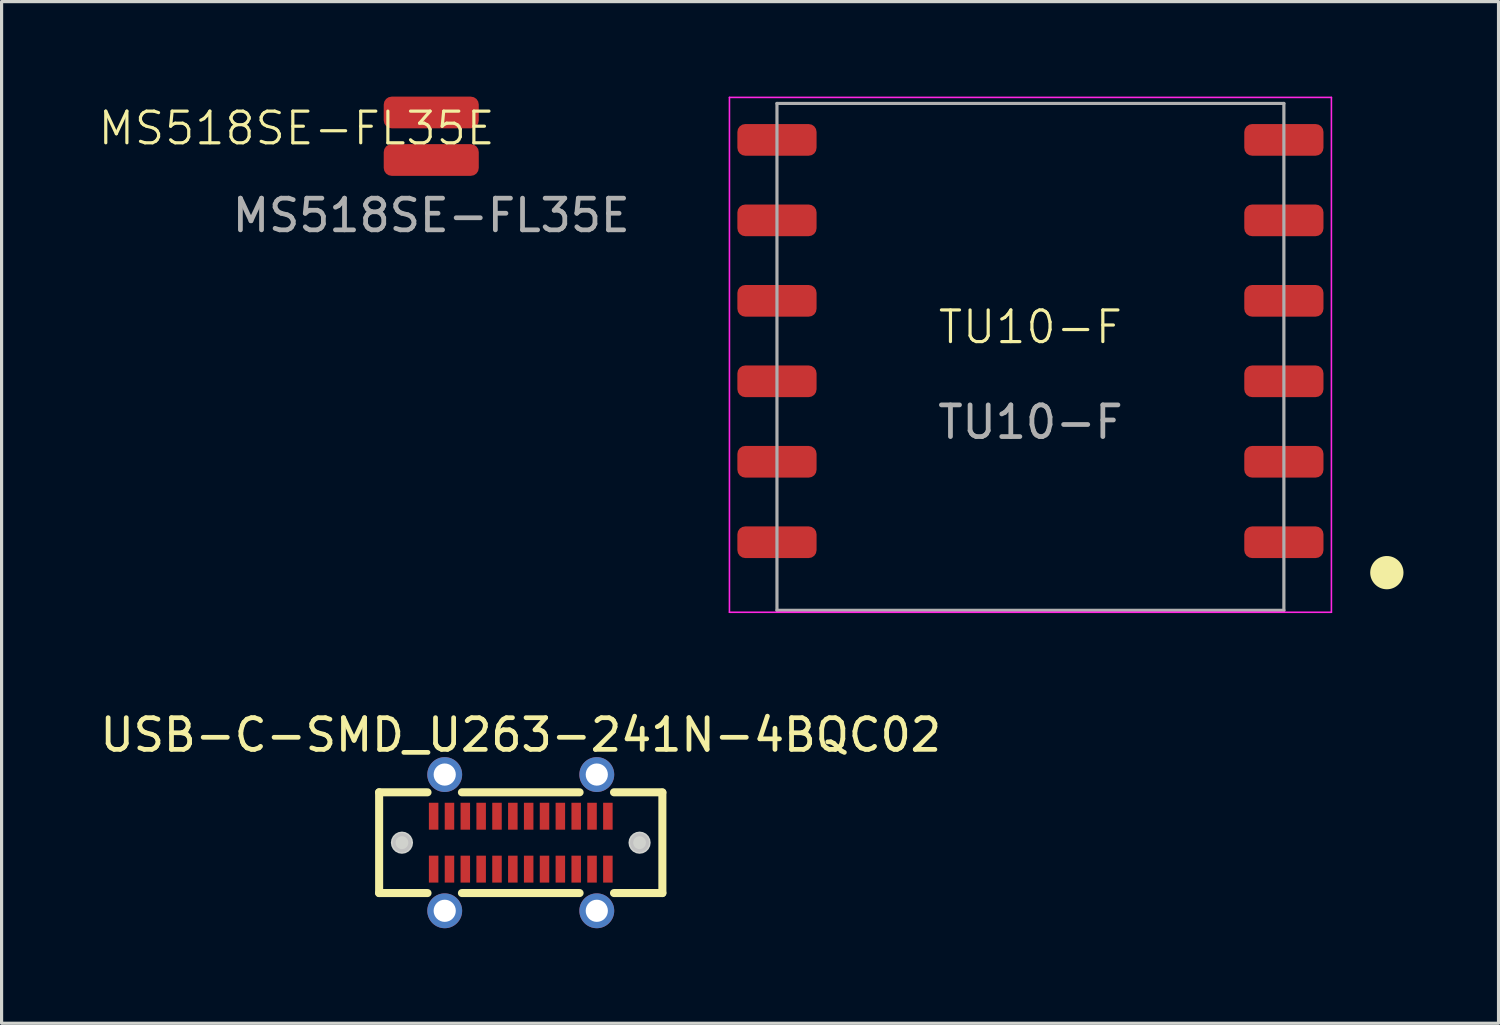
<source format=kicad_pcb>
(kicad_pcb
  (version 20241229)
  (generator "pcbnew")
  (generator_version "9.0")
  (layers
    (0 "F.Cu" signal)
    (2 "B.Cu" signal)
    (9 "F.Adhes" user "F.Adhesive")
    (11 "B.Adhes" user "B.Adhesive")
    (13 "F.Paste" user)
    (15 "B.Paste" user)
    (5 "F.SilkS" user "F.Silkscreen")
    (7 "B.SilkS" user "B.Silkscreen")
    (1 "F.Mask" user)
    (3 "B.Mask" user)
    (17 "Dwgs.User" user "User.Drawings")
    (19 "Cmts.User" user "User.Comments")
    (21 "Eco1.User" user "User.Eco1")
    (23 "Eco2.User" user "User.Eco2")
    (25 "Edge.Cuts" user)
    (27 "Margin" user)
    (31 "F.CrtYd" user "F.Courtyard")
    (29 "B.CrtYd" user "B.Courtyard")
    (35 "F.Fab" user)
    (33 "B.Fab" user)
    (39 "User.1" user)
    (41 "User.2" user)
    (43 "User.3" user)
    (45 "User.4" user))
  (footprint "USB-C-SMD_U263-241N-4BQC02"
    (layer "F.Cu")
    (at 13.387 23.548)
    (property "Reference" "USB-C-SMD_U263-241N-4BQC02" (at 0 -3.4 0) (layer "F.SilkS") (effects (font (size 1 1) (thickness 0.15))))
    (fp_line (start -4.47 -1.59) (end -4.47 1.59) (stroke (width 0.254) (type default)) (layer "F.SilkS"))
    (fp_line (start -4.47 -1.59) (end -2.943 -1.59) (stroke (width 0.254) (type default)) (layer "F.SilkS"))
    (fp_line (start -4.47 1.59) (end -2.943 1.59) (stroke (width 0.254) (type default)) (layer "F.SilkS"))
    (fp_line (start -1.857 -1.59) (end 1.857 -1.59) (stroke (width 0.254) (type default)) (layer "F.SilkS"))
    (fp_line (start -1.857 1.59) (end 1.857 1.59) (stroke (width 0.254) (type default)) (layer "F.SilkS"))
    (fp_line (start 2.943 -1.59) (end 4.47 -1.59) (stroke (width 0.254) (type default)) (layer "F.SilkS"))
    (fp_line (start 2.943 1.59) (end 4.47 1.59) (stroke (width 0.254) (type default)) (layer "F.SilkS"))
    (fp_line (start 4.47 1.59) (end 4.47 -1.58) (stroke (width 0.254) (type default)) (layer "F.SilkS"))
    (fp_poly (pts (xy -2.9 0.41) (xy -2.9 1.26) (xy -2.6 1.26) (xy -2.6 0.41)) (stroke (width 0) (type default)) (fill yes) (layer "F.Paste"))
    (fp_poly (pts (xy -2.6 -0.41) (xy -2.6 -1.26) (xy -2.9 -1.26) (xy -2.9 -0.41)) (stroke (width 0) (type default)) (fill yes) (layer "F.Paste"))
    (fp_poly (pts (xy -2.4 0.41) (xy -2.4 1.26) (xy -2.1 1.26) (xy -2.1 0.41)) (stroke (width 0) (type default)) (fill yes) (layer "F.Paste"))
    (fp_poly (pts (xy -2.1 -0.41) (xy -2.1 -1.26) (xy -2.4 -1.26) (xy -2.4 -0.41)) (stroke (width 0) (type default)) (fill yes) (layer "F.Paste"))
    (fp_poly (pts (xy -1.9 0.41) (xy -1.9 1.26) (xy -1.6 1.26) (xy -1.6 0.41)) (stroke (width 0) (type default)) (fill yes) (layer "F.Paste"))
    (fp_poly (pts (xy -1.6 -0.41) (xy -1.6 -1.26) (xy -1.9 -1.26) (xy -1.9 -0.41)) (stroke (width 0) (type default)) (fill yes) (layer "F.Paste"))
    (fp_poly (pts (xy -1.4 0.41) (xy -1.4 1.26) (xy -1.1 1.26) (xy -1.1 0.41)) (stroke (width 0) (type default)) (fill yes) (layer "F.Paste"))
    (fp_poly (pts (xy -1.1 -0.41) (xy -1.1 -1.26) (xy -1.4 -1.26) (xy -1.4 -0.41)) (stroke (width 0) (type default)) (fill yes) (layer "F.Paste"))
    (fp_poly (pts (xy -0.9 -1.26) (xy -0.9 -0.41) (xy -0.6 -0.41) (xy -0.6 -1.26)) (stroke (width 0) (type default)) (fill yes) (layer "F.Paste"))
    (fp_poly (pts (xy -0.9 0.41) (xy -0.9 1.26) (xy -0.6 1.26) (xy -0.6 0.41)) (stroke (width 0) (type default)) (fill yes) (layer "F.Paste"))
    (fp_poly (pts (xy -0.4 -1.26) (xy -0.4 -0.41) (xy -0.1 -0.41) (xy -0.1 -1.26)) (stroke (width 0) (type default)) (fill yes) (layer "F.Paste"))
    (fp_poly (pts (xy -0.4 0.41) (xy -0.4 1.26) (xy -0.1 1.26) (xy -0.1 0.41)) (stroke (width 0) (type default)) (fill yes) (layer "F.Paste"))
    (fp_poly (pts (xy 0.1 -1.26) (xy 0.1 -0.41) (xy 0.4 -0.41) (xy 0.4 -1.26)) (stroke (width 0) (type default)) (fill yes) (layer "F.Paste"))
    (fp_poly (pts (xy 0.1 0.41) (xy 0.1 1.26) (xy 0.4 1.26) (xy 0.4 0.41)) (stroke (width 0) (type default)) (fill yes) (layer "F.Paste"))
    (fp_poly (pts (xy 0.6 -1.26) (xy 0.6 -0.41) (xy 0.9 -0.41) (xy 0.9 -1.26)) (stroke (width 0) (type default)) (fill yes) (layer "F.Paste"))
    (fp_poly (pts (xy 0.6 0.41) (xy 0.6 1.26) (xy 0.9 1.26) (xy 0.9 0.41)) (stroke (width 0) (type default)) (fill yes) (layer "F.Paste"))
    (fp_poly (pts (xy 1.1 -1.26) (xy 1.1 -0.41) (xy 1.4 -0.41) (xy 1.4 -1.26)) (stroke (width 0) (type default)) (fill yes) (layer "F.Paste"))
    (fp_poly (pts (xy 1.1 0.41) (xy 1.1 1.26) (xy 1.4 1.26) (xy 1.4 0.41)) (stroke (width 0) (type default)) (fill yes) (layer "F.Paste"))
    (fp_poly (pts (xy 1.6 -1.26) (xy 1.6 -0.41) (xy 1.9 -0.41) (xy 1.9 -1.26)) (stroke (width 0) (type default)) (fill yes) (layer "F.Paste"))
    (fp_poly (pts (xy 1.9 1.26) (xy 1.9 0.41) (xy 1.6 0.41) (xy 1.6 1.26)) (stroke (width 0) (type default)) (fill yes) (layer "F.Paste"))
    (fp_poly (pts (xy 2.1 -1.26) (xy 2.1 -0.41) (xy 2.4 -0.41) (xy 2.4 -1.26)) (stroke (width 0) (type default)) (fill yes) (layer "F.Paste"))
    (fp_poly (pts (xy 2.4 1.26) (xy 2.4 0.41) (xy 2.1 0.41) (xy 2.1 1.26)) (stroke (width 0) (type default)) (fill yes) (layer "F.Paste"))
    (fp_poly (pts (xy 2.6 -1.26) (xy 2.6 -0.41) (xy 2.9 -0.41) (xy 2.9 -1.26)) (stroke (width 0) (type default)) (fill yes) (layer "F.Paste"))
    (fp_poly (pts (xy 2.9 1.26) (xy 2.9 0.41) (xy 2.6 0.41) (xy 2.6 1.26)) (stroke (width 0) (type default)) (fill yes) (layer "F.Paste"))
    (fp_poly (pts (xy -2.458 -2.697) (xy -2.675 -2.626) (xy -2.845 -2.473) (xy -2.938 -2.264) (xy -2.938 -2.035) (xy -2.845 -1.827) (xy -2.675 -1.673) (xy -2.458 -1.603) (xy -2.23 -1.627) (xy -2.032 -1.741) (xy -1.897 -1.926) (xy -1.85 -2.15) (xy -1.897 -2.373) (xy -2.032 -2.558) (xy -2.23 -2.673)) (stroke (width 0) (type default)) (fill yes) (layer "F.Paste"))
    (fp_poly (pts (xy -2.458 1.603) (xy -2.675 1.674) (xy -2.845 1.827) (xy -2.938 2.035) (xy -2.938 2.264) (xy -2.845 2.474) (xy -2.675 2.627) (xy -2.458 2.697) (xy -2.23 2.673) (xy -2.032 2.559) (xy -1.897 2.374) (xy -1.85 2.15) (xy -1.897 1.927) (xy -2.032 1.742) (xy -2.23 1.627)) (stroke (width 0) (type default)) (fill yes) (layer "F.Paste"))
    (fp_poly (pts (xy 2.342 -2.697) (xy 2.125 -2.626) (xy 1.955 -2.473) (xy 1.862 -2.264) (xy 1.862 -2.035) (xy 1.955 -1.827) (xy 2.125 -1.673) (xy 2.342 -1.603) (xy 2.57 -1.627) (xy 2.768 -1.741) (xy 2.902 -1.926) (xy 2.95 -2.15) (xy 2.902 -2.373) (xy 2.768 -2.558) (xy 2.57 -2.673)) (stroke (width 0) (type default)) (fill yes) (layer "F.Paste"))
    (fp_poly (pts (xy 2.57 1.627) (xy 2.342 1.603) (xy 2.125 1.674) (xy 1.955 1.827) (xy 1.862 2.035) (xy 1.862 2.264) (xy 1.955 2.474) (xy 2.125 2.627) (xy 2.342 2.697) (xy 2.57 2.673) (xy 2.768 2.559) (xy 2.902 2.374) (xy 2.95 2.15) (xy 2.902 1.927) (xy 2.768 1.742)) (stroke (width 0) (type default)) (fill yes) (layer "F.Paste"))
    (fp_poly (pts (arc (start -4 0) (mid -3.75 -0.252512) (end -3.5 0)) (arc (start -3.5 0) (mid -3.75 0.252512) (end -4 0))) (stroke (width 0.1) (type default)) (fill no) (layer "Dwgs.User"))
    (fp_poly (pts (arc (start 3.5 0) (mid 3.75 -0.252512) (end 4 0)) (arc (start 4 0) (mid 3.75 0.252512) (end 3.5 0))) (stroke (width 0.1) (type default)) (fill no) (layer "Dwgs.User"))
    (fp_poly (pts (xy -3.4 0) (xy -3.417 -0.108) (xy -3.467 -0.206) (xy -3.544 -0.283) (xy -3.642 -0.333) (xy -3.75 -0.35) (xy -3.858 -0.333) (xy -3.956 -0.283) (xy -4.033 -0.206) (xy -4.083 -0.108) (xy -4.1 0) (xy -4.083 0.108) (xy -4.033 0.206) (xy -3.956 0.283) (xy -3.858 0.333) (xy -3.75 0.35) (xy -3.642 0.333) (xy -3.544 0.283) (xy -3.467 0.206) (xy -3.417 0.108)) (stroke (width 0) (type default)) (fill yes) (layer "Edge.Cuts"))
    (fp_poly (pts (xy 4.1 0) (xy 4.083 -0.108) (xy 4.033 -0.206) (xy 3.956 -0.283) (xy 3.858 -0.333) (xy 3.75 -0.35) (xy 3.642 -0.333) (xy 3.544 -0.283) (xy 3.467 -0.206) (xy 3.417 -0.108) (xy 3.4 0) (xy 3.417 0.108) (xy 3.467 0.206) (xy 3.544 0.283) (xy 3.642 0.333) (xy 3.75 0.35) (xy 3.858 0.333) (xy 3.956 0.283) (xy 4.033 0.206) (xy 4.083 0.108)) (stroke (width 0) (type default)) (fill yes) (layer "Edge.Cuts"))
    (fp_poly (pts (xy -2.65 -1.1) (xy -2.65 -0.45) (xy -2.85 -0.45) (xy -2.85 -1.1)) (stroke (width 0.1) (type default)) (fill no) (layer "User.1"))
    (fp_poly (pts (xy -2.65 0.45) (xy -2.65 1.1) (xy -2.85 1.1) (xy -2.85 0.45)) (stroke (width 0.1) (type default)) (fill no) (layer "User.1"))
    (fp_poly (pts (xy -2.65 2.3) (xy -2.65 1.53) (xy -2.15 1.53) (xy -2.15 2.3)) (stroke (width 0.1) (type default)) (fill no) (layer "User.1"))
    (fp_poly (pts (xy -2.15 -2.3) (xy -2.15 -2) (xy -2.65 -2) (xy -2.65 -2.3)) (stroke (width 0.1) (type default)) (fill no) (layer "User.1"))
    (fp_poly (pts (xy -2.15 -2.3) (xy -2.15 -1.53) (xy -2.65 -1.53) (xy -2.65 -2.3)) (stroke (width 0.1) (type default)) (fill no) (layer "User.1"))
    (fp_poly (pts (xy -2.15 -1.1) (xy -2.15 -0.45) (xy -2.35 -0.45) (xy -2.35 -1.1)) (stroke (width 0.1) (type default)) (fill no) (layer "User.1"))
    (fp_poly (pts (xy -2.15 0.45) (xy -2.15 1.1) (xy -2.35 1.1) (xy -2.35 0.45)) (stroke (width 0.1) (type default)) (fill no) (layer "User.1"))
    (fp_poly (pts (xy -2.15 2) (xy -2.15 2.3) (xy -2.65 2.3) (xy -2.65 2)) (stroke (width 0.1) (type default)) (fill no) (layer "User.1"))
    (fp_poly (pts (xy -1.65 -1.1) (xy -1.65 -0.45) (xy -1.85 -0.45) (xy -1.85 -1.1)) (stroke (width 0.1) (type default)) (fill no) (layer "User.1"))
    (fp_poly (pts (xy -1.65 0.45) (xy -1.65 1.1) (xy -1.85 1.1) (xy -1.85 0.45)) (stroke (width 0.1) (type default)) (fill no) (layer "User.1"))
    (fp_poly (pts (xy -1.15 -1.1) (xy -1.15 -0.45) (xy -1.35 -0.45) (xy -1.35 -1.1)) (stroke (width 0.1) (type default)) (fill no) (layer "User.1"))
    (fp_poly (pts (xy -1.15 0.45) (xy -1.15 1.1) (xy -1.35 1.1) (xy -1.35 0.45)) (stroke (width 0.1) (type default)) (fill no) (layer "User.1"))
    (fp_poly (pts (xy -0.65 -1.1) (xy -0.65 -0.45) (xy -0.85 -0.45) (xy -0.85 -1.1)) (stroke (width 0.1) (type default)) (fill no) (layer "User.1"))
    (fp_poly (pts (xy -0.65 0.45) (xy -0.65 1.1) (xy -0.85 1.1) (xy -0.85 0.45)) (stroke (width 0.1) (type default)) (fill no) (layer "User.1"))
    (fp_poly (pts (xy -0.15 -1.1) (xy -0.15 -0.45) (xy -0.35 -0.45) (xy -0.35 -1.1)) (stroke (width 0.1) (type default)) (fill no) (layer "User.1"))
    (fp_poly (pts (xy -0.15 0.45) (xy -0.15 1.1) (xy -0.35 1.1) (xy -0.35 0.45)) (stroke (width 0.1) (type default)) (fill no) (layer "User.1"))
    (fp_poly (pts (xy 0.35 -1.1) (xy 0.35 -0.45) (xy 0.15 -0.45) (xy 0.15 -1.1)) (stroke (width 0.1) (type default)) (fill no) (layer "User.1"))
    (fp_poly (pts (xy 0.35 0.45) (xy 0.35 1.1) (xy 0.15 1.1) (xy 0.15 0.45)) (stroke (width 0.1) (type default)) (fill no) (layer "User.1"))
    (fp_poly (pts (xy 0.85 -1.1) (xy 0.85 -0.45) (xy 0.65 -0.45) (xy 0.65 -1.1)) (stroke (width 0.1) (type default)) (fill no) (layer "User.1"))
    (fp_poly (pts (xy 0.85 0.45) (xy 0.85 1.1) (xy 0.65 1.1) (xy 0.65 0.45)) (stroke (width 0.1) (type default)) (fill no) (layer "User.1"))
    (fp_poly (pts (xy 1.35 -1.1) (xy 1.35 -0.45) (xy 1.15 -0.45) (xy 1.15 -1.1)) (stroke (width 0.1) (type default)) (fill no) (layer "User.1"))
    (fp_poly (pts (xy 1.35 0.45) (xy 1.35 1.1) (xy 1.15 1.1) (xy 1.15 0.45)) (stroke (width 0.1) (type default)) (fill no) (layer "User.1"))
    (fp_poly (pts (xy 1.85 -1.1) (xy 1.85 -0.45) (xy 1.65 -0.45) (xy 1.65 -1.1)) (stroke (width 0.1) (type default)) (fill no) (layer "User.1"))
    (fp_poly (pts (xy 1.85 0.45) (xy 1.85 1.1) (xy 1.65 1.1) (xy 1.65 0.45)) (stroke (width 0.1) (type default)) (fill no) (layer "User.1"))
    (fp_poly (pts (xy 2.15 2.3) (xy 2.15 1.53) (xy 2.65 1.53) (xy 2.65 2.3)) (stroke (width 0.1) (type default)) (fill no) (layer "User.1"))
    (fp_poly (pts (xy 2.35 -1.1) (xy 2.35 -0.45) (xy 2.15 -0.45) (xy 2.15 -1.1)) (stroke (width 0.1) (type default)) (fill no) (layer "User.1"))
    (fp_poly (pts (xy 2.35 0.45) (xy 2.35 1.1) (xy 2.15 1.1) (xy 2.15 0.45)) (stroke (width 0.1) (type default)) (fill no) (layer "User.1"))
    (fp_poly (pts (xy 2.65 -2.3) (xy 2.65 -2) (xy 2.15 -2) (xy 2.15 -2.3)) (stroke (width 0.1) (type default)) (fill no) (layer "User.1"))
    (fp_poly (pts (xy 2.65 -2.3) (xy 2.65 -1.53) (xy 2.15 -1.53) (xy 2.15 -2.3)) (stroke (width 0.1) (type default)) (fill no) (layer "User.1"))
    (fp_poly (pts (xy 2.65 2) (xy 2.65 2.3) (xy 2.15 2.3) (xy 2.15 2)) (stroke (width 0.1) (type default)) (fill no) (layer "User.1"))
    (fp_poly (pts (xy 2.85 -1.1) (xy 2.85 -0.45) (xy 2.65 -0.45) (xy 2.65 -1.1)) (stroke (width 0.1) (type default)) (fill no) (layer "User.1"))
    (fp_poly (pts (xy 2.85 0.45) (xy 2.85 1.1) (xy 2.65 1.1) (xy 2.65 0.45)) (stroke (width 0.1) (type default)) (fill no) (layer "User.1"))
    (fp_line (start -4.47 -1.58) (end 4.47 -1.58) (stroke (width 0.051) (type default)) (layer "User.2"))
    (fp_line (start -4.47 1.58) (end -4.47 -1.58) (stroke (width 0.051) (type default)) (layer "User.2"))
    (fp_line (start 4.47 -1.58) (end 4.47 1.58) (stroke (width 0.051) (type default)) (layer "User.2"))
    (fp_line (start 4.47 1.58) (end -4.47 1.58) (stroke (width 0.051) (type default)) (layer "User.2"))
    (fp_poly (pts (xy -4.41 -2.4) (xy -4.428 -2.442) (xy -4.47 -2.46) (xy -4.512 -2.442) (xy -4.53 -2.4) (xy -4.512 -2.358) (xy -4.47 -2.34) (xy -4.428 -2.358)) (stroke (width 0.1) (type default)) (fill no) (layer "User.3"))
    (pad "25" thru_hole circle (at -2.4 -2.15 90) (size 1.1 1.1) (drill 0.7) (layers "*.Cu" "*.Mask"))
    (pad "26" thru_hole circle (at 2.4 -2.15 90) (size 1.1 1.1) (drill 0.7) (layers "*.Cu" "*.Mask"))
    (pad "27" thru_hole circle (at 2.4 2.15 90) (size 1.1 1.1) (drill 0.7) (layers "*.Cu" "*.Mask"))
    (pad "28" thru_hole circle (at -2.4 2.15 90) (size 1.1 1.1) (drill 0.7) (layers "*.Cu" "*.Mask"))
    (pad "A1" smd rect (at -2.75 -0.835 90) (size 0.85 0.3) (layers "F.Cu" "F.Mask" "F.Paste"))
    (pad "A2" smd rect (at -2.25 -0.835 90) (size 0.85 0.3) (layers "F.Cu" "F.Mask" "F.Paste"))
    (pad "A3" smd rect (at -1.75 -0.835 90) (size 0.85 0.3) (layers "F.Cu" "F.Mask" "F.Paste"))
    (pad "A4" smd rect (at -1.25 -0.835 90) (size 0.85 0.3) (layers "F.Cu" "F.Mask" "F.Paste"))
    (pad "A5" smd rect (at -0.75 -0.835 90) (size 0.85 0.3) (layers "F.Cu" "F.Mask" "F.Paste"))
    (pad "A6" smd rect (at -0.25 -0.835 90) (size 0.85 0.3) (layers "F.Cu" "F.Mask" "F.Paste"))
    (pad "A7" smd rect (at 0.25 -0.835 90) (size 0.85 0.3) (layers "F.Cu" "F.Mask" "F.Paste"))
    (pad "A8" smd rect (at 0.75 -0.835 90) (size 0.85 0.3) (layers "F.Cu" "F.Mask" "F.Paste"))
    (pad "A9" smd rect (at 1.25 -0.835 90) (size 0.85 0.3) (layers "F.Cu" "F.Mask" "F.Paste"))
    (pad "A10" smd rect (at 1.75 -0.835 90) (size 0.85 0.3) (layers "F.Cu" "F.Mask" "F.Paste"))
    (pad "A11" smd rect (at 2.25 -0.835 90) (size 0.85 0.3) (layers "F.Cu" "F.Mask" "F.Paste"))
    (pad "A12" smd rect (at 2.75 -0.835 90) (size 0.85 0.3) (layers "F.Cu" "F.Mask" "F.Paste"))
    (pad "B1" smd rect (at 2.75 0.835 90) (size 0.85 0.3) (layers "F.Cu" "F.Mask" "F.Paste"))
    (pad "B2" smd rect (at 2.25 0.835 90) (size 0.85 0.3) (layers "F.Cu" "F.Mask" "F.Paste"))
    (pad "B3" smd rect (at 1.75 0.835 90) (size 0.85 0.3) (layers "F.Cu" "F.Mask" "F.Paste"))
    (pad "B4" smd rect (at 1.25 0.835 90) (size 0.85 0.3) (layers "F.Cu" "F.Mask" "F.Paste"))
    (pad "B5" smd rect (at 0.75 0.835 90) (size 0.85 0.3) (layers "F.Cu" "F.Mask" "F.Paste"))
    (pad "B6" smd rect (at 0.25 0.835 90) (size 0.85 0.3) (layers "F.Cu" "F.Mask" "F.Paste"))
    (pad "B7" smd rect (at -0.25 0.835 90) (size 0.85 0.3) (layers "F.Cu" "F.Mask" "F.Paste"))
    (pad "B8" smd rect (at -0.75 0.835 90) (size 0.85 0.3) (layers "F.Cu" "F.Mask" "F.Paste"))
    (pad "B9" smd rect (at -1.25 0.835 90) (size 0.85 0.3) (layers "F.Cu" "F.Mask" "F.Paste"))
    (pad "B10" smd rect (at -1.75 0.835 90) (size 0.85 0.3) (layers "F.Cu" "F.Mask" "F.Paste"))
    (pad "B11" smd rect (at -2.25 0.835 90) (size 0.85 0.3) (layers "F.Cu" "F.Mask" "F.Paste"))
    (pad "B12" smd rect (at -2.75 0.835 90) (size 0.85 0.3) (layers "F.Cu" "F.Mask" "F.Paste")))
  (footprint "MS518SE-FL35E"
    (layer "F.Cu")
    (at 8.312 1.25)
    (property "Reference" "MS518SE-FL35E" (at -2 -0.25 0) (unlocked yes) (layer "F.SilkS") (effects (font (size 1 1) (thickness 0.1))))
    (attr smd)
    (fp_text user "${REFERENCE}" (at 2.25 2.5 0) (unlocked yes) (layer "F.Fab") (effects (font (size 1 1) (thickness 0.15))))
    (pad "1" smd roundrect (at 2.25 -0.75) (size 3 1) (layers "F.Cu" "F.Mask" "F.Paste") (roundrect_rratio 0.25))
    (pad "2" smd roundrect (at 2.25 0.75) (size 3 1) (layers "F.Cu" "F.Mask" "F.Paste") (roundrect_rratio 0.25)))
  (footprint "TU10-F"
    (layer "F.Cu")
    (at 29.474 7.775)
    (property "Reference" "TU10-F" (at 0 -0.5 0) (unlocked yes) (layer "F.SilkS") (effects (font (size 1 1) (thickness 0.1))))
    (attr smd)
    (fp_circle (center 11.25 7.25) (end 11.75 7.25) (stroke (width 0.05) (type solid)) (fill yes) (layer "F.SilkS"))
    (fp_line (start -9.5 -7.75) (end 9.5 -7.75) (stroke (width 0.05) (type default)) (layer "F.CrtYd"))
    (fp_line (start -9.5 8.5) (end -9.5 -7.75) (stroke (width 0.05) (type default)) (layer "F.CrtYd"))
    (fp_line (start 9.5 -7.75) (end 9.5 8.5) (stroke (width 0.05) (type default)) (layer "F.CrtYd"))
    (fp_line (start 9.5 8.5) (end -9.5 8.5) (stroke (width 0.05) (type default)) (layer "F.CrtYd"))
    (fp_line (start -8 -7.56) (end -8 8.44) (stroke (width 0.1) (type default)) (layer "F.Fab"))
    (fp_line (start 8 -7.56) (end -8 -7.56) (stroke (width 0.1) (type default)) (layer "F.Fab"))
    (fp_line (start 8 8.44) (end -8 8.44) (stroke (width 0.1) (type default)) (layer "F.Fab"))
    (fp_line (start 8 8.44) (end 8 -7.56) (stroke (width 0.1) (type default)) (layer "F.Fab"))
    (fp_text user "${REFERENCE}" (at 0 2.5 0) (unlocked yes) (layer "F.Fab") (effects (font (size 1 1) (thickness 0.15))))
    (pad "1" smd roundrect (at 8 6.29) (size 2.5 1) (layers "F.Cu" "F.Mask" "F.Paste") (roundrect_rratio 0.25))
    (pad "2" smd roundrect (at 8 3.75) (size 2.5 1) (layers "F.Cu" "F.Mask" "F.Paste") (roundrect_rratio 0.25))
    (pad "3" smd roundrect (at 8 1.21) (size 2.5 1) (layers "F.Cu" "F.Mask" "F.Paste") (roundrect_rratio 0.25))
    (pad "4" smd roundrect (at 8 -1.33) (size 2.5 1) (layers "F.Cu" "F.Mask" "F.Paste") (roundrect_rratio 0.25))
    (pad "5" smd roundrect (at 8 -3.87) (size 2.5 1) (layers "F.Cu" "F.Mask" "F.Paste") (roundrect_rratio 0.25))
    (pad "6" smd roundrect (at 8 -6.41) (size 2.5 1) (layers "F.Cu" "F.Mask" "F.Paste") (roundrect_rratio 0.25))
    (pad "7" smd roundrect (at -8 -6.41) (size 2.5 1) (layers "F.Cu" "F.Mask" "F.Paste") (roundrect_rratio 0.25))
    (pad "8" smd roundrect (at -8 -3.87) (size 2.5 1) (layers "F.Cu" "F.Mask" "F.Paste") (roundrect_rratio 0.25))
    (pad "9" smd roundrect (at -8 -1.33) (size 2.5 1) (layers "F.Cu" "F.Mask" "F.Paste") (roundrect_rratio 0.25))
    (pad "10" smd roundrect (at -8 1.21) (size 2.5 1) (layers "F.Cu" "F.Mask" "F.Paste") (roundrect_rratio 0.25))
    (pad "11" smd roundrect (at -8 3.75) (size 2.5 1) (layers "F.Cu" "F.Mask" "F.Paste") (roundrect_rratio 0.25))
    (pad "12" smd roundrect (at -8 6.29) (size 2.5 1) (layers "F.Cu" "F.Mask" "F.Paste") (roundrect_rratio 0.25)))
  (gr_rect
    (start -3 -3)
    (end 44.249 29.248)
    (stroke (width 0.1) (type default))
    (fill no)
    (layer "Edge.Cuts")))
</source>
